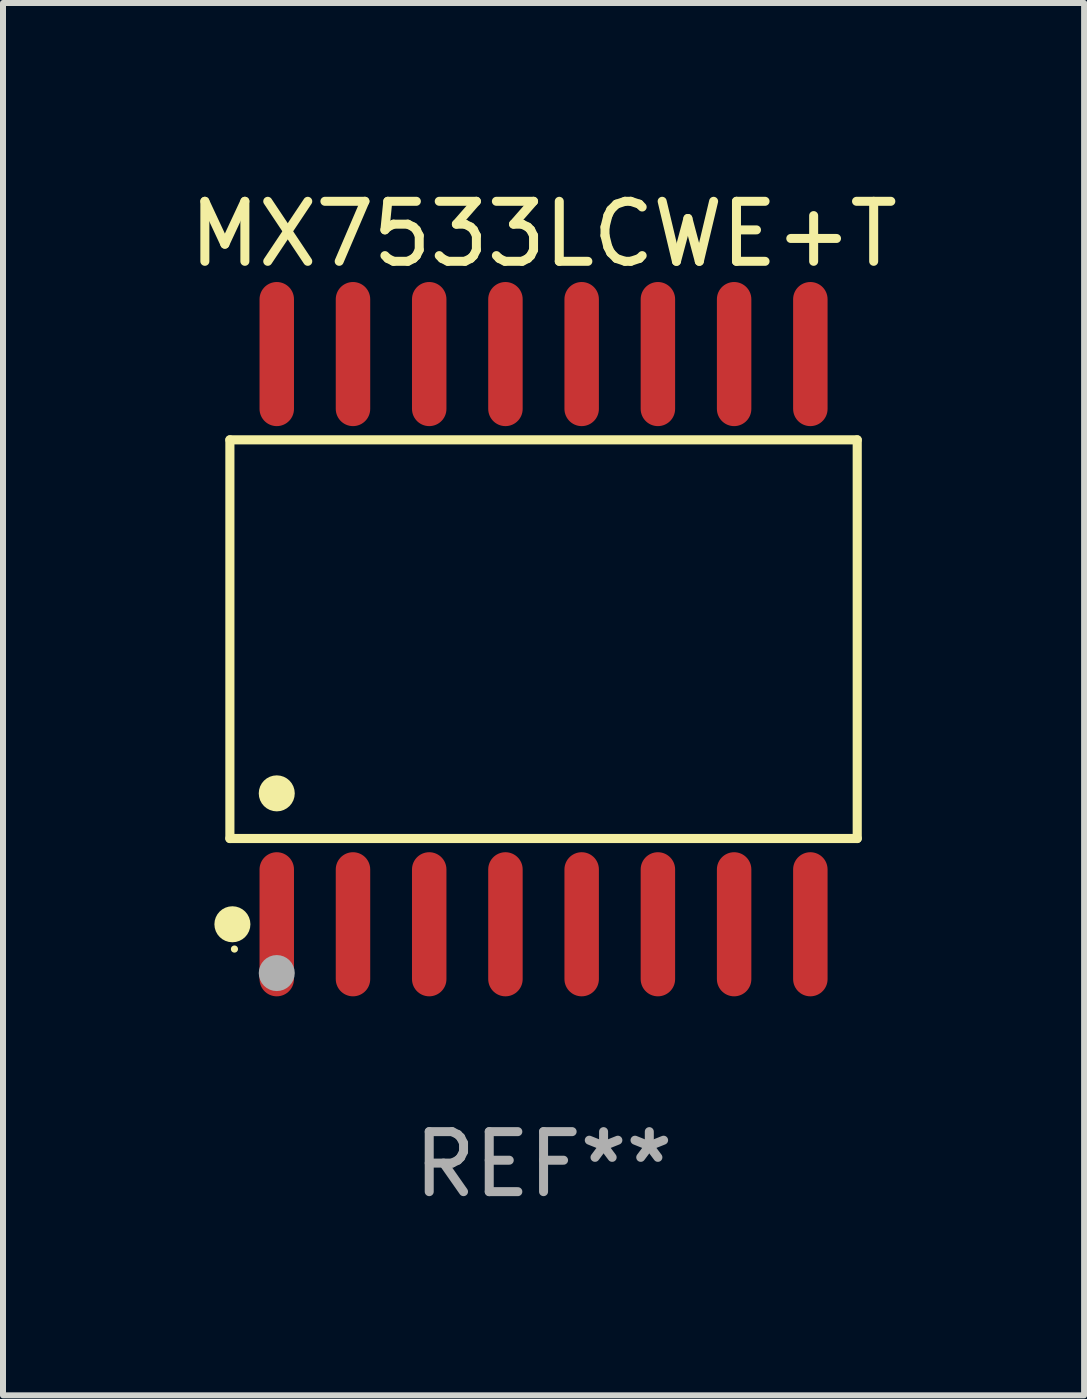
<source format=kicad_pcb>
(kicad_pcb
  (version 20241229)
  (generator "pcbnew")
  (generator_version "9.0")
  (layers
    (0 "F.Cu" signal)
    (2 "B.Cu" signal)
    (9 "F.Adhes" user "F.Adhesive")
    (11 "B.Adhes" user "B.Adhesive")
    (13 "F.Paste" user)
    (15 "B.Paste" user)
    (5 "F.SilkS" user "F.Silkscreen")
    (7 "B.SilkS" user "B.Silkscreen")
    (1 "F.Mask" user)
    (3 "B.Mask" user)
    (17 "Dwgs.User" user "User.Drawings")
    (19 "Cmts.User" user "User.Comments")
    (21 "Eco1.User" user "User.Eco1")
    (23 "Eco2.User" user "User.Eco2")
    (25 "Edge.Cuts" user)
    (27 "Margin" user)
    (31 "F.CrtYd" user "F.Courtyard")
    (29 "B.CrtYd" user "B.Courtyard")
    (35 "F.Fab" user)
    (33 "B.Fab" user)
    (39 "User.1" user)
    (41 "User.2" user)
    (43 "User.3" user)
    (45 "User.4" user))
  (footprint "MX7533LCWE+T"
    (layer "F.Cu")
    (at 6.006 7.599)
    (property "Reference" "MX7533LCWE+T" (at 0 -6.75 0) (layer "F.SilkS") (effects (font (size 1 1) (thickness 0.15))))
    (attr through_hole)
    (fp_line (start -5.226 -3.321) (end 5.226 -3.321) (stroke (width 0.152) (type solid)) (layer "F.SilkS"))
    (fp_line (start -5.226 3.321) (end -5.226 -3.321) (stroke (width 0.152) (type solid)) (layer "F.SilkS"))
    (fp_line (start 5.226 -3.321) (end 5.226 3.321) (stroke (width 0.152) (type solid)) (layer "F.SilkS"))
    (fp_line (start 5.226 3.321) (end -5.226 3.321) (stroke (width 0.152) (type solid)) (layer "F.SilkS"))
    (fp_circle (center -5.184 4.75) (end -5.034 4.75) (stroke (width 0.3) (type solid)) (fill no) (layer "F.SilkS"))
    (fp_circle (center -5.15 5.163) (end -5.12 5.163) (stroke (width 0.06) (type solid)) (fill no) (layer "F.SilkS"))
    (fp_circle (center -4.445 2.569) (end -4.295 2.569) (stroke (width 0.3) (type solid)) (fill no) (layer "F.SilkS"))
    (fp_circle (center -4.445 5.563) (end -4.295 5.563) (stroke (width 0.3) (type solid)) (fill no) (layer "F.Fab"))
    (fp_text user "REF**" (at 0 8.75 0) (layer "F.Fab") (effects (font (size 1 1) (thickness 0.15))))
    (pad "1" smd oval (at -4.445 4.75) (size 0.574 2.401) (layers "F.Cu" "F.Mask" "F.Paste"))
    (pad "2" smd oval (at -3.175 4.75) (size 0.574 2.401) (layers "F.Cu" "F.Mask" "F.Paste"))
    (pad "3" smd oval (at -1.905 4.75) (size 0.574 2.401) (layers "F.Cu" "F.Mask" "F.Paste"))
    (pad "4" smd oval (at -0.635 4.75) (size 0.574 2.401) (layers "F.Cu" "F.Mask" "F.Paste"))
    (pad "5" smd oval (at 0.635 4.75) (size 0.574 2.401) (layers "F.Cu" "F.Mask" "F.Paste"))
    (pad "6" smd oval (at 1.905 4.75) (size 0.574 2.401) (layers "F.Cu" "F.Mask" "F.Paste"))
    (pad "7" smd oval (at 3.175 4.75) (size 0.574 2.401) (layers "F.Cu" "F.Mask" "F.Paste"))
    (pad "8" smd oval (at 4.445 4.75) (size 0.574 2.401) (layers "F.Cu" "F.Mask" "F.Paste"))
    (pad "9" smd oval (at 4.445 -4.75) (size 0.574 2.401) (layers "F.Cu" "F.Mask" "F.Paste"))
    (pad "10" smd oval (at 3.175 -4.75) (size 0.574 2.401) (layers "F.Cu" "F.Mask" "F.Paste"))
    (pad "11" smd oval (at 1.905 -4.75) (size 0.574 2.401) (layers "F.Cu" "F.Mask" "F.Paste"))
    (pad "12" smd oval (at 0.635 -4.75) (size 0.574 2.401) (layers "F.Cu" "F.Mask" "F.Paste"))
    (pad "13" smd oval (at -0.635 -4.75) (size 0.574 2.401) (layers "F.Cu" "F.Mask" "F.Paste"))
    (pad "14" smd oval (at -1.905 -4.75) (size 0.574 2.401) (layers "F.Cu" "F.Mask" "F.Paste"))
    (pad "15" smd oval (at -3.175 -4.75) (size 0.574 2.401) (layers "F.Cu" "F.Mask" "F.Paste"))
    (pad "16" smd oval (at -4.445 -4.75) (size 0.574 2.401) (layers "F.Cu" "F.Mask" "F.Paste")))
  (gr_rect
    (start -3 -3)
    (end 15.012 20.197)
    (stroke (width 0.1) (type default))
    (fill no)
    (layer "Edge.Cuts")))
</source>
